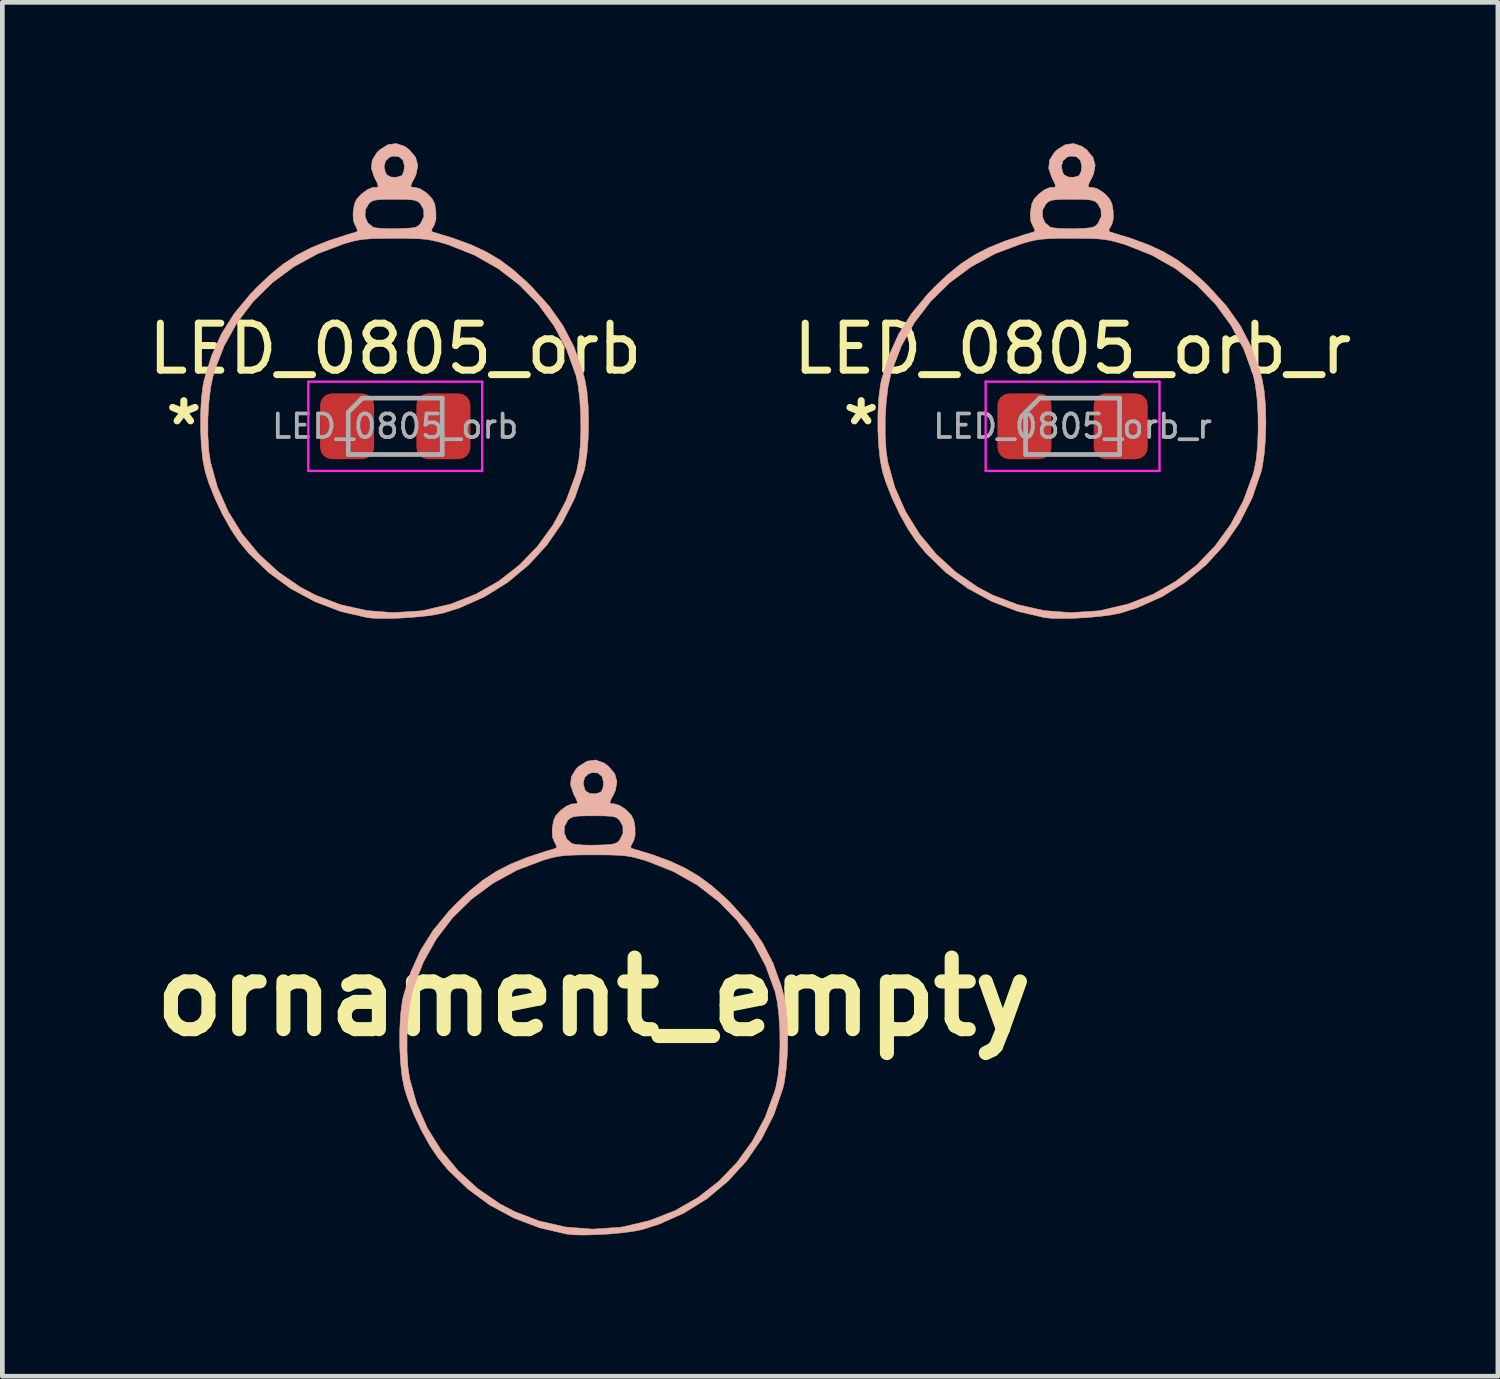
<source format=kicad_pcb>
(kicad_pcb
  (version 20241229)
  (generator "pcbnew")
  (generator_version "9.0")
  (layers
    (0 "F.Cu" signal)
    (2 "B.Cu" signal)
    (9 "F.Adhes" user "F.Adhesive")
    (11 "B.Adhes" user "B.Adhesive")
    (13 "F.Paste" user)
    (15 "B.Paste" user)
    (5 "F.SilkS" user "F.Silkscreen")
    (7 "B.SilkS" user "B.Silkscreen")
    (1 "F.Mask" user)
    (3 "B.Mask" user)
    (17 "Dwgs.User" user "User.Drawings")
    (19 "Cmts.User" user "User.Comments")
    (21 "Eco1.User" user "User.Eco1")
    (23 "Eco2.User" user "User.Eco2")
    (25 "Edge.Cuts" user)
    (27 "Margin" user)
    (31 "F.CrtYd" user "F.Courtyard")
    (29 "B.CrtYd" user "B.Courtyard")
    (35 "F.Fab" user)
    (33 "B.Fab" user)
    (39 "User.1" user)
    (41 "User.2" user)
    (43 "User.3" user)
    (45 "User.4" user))
  (footprint "LED_0805_orb"
    (layer "F.Cu")
    (at 5.363 6.024)
    (property "Reference" "LED_0805_orb" (at 0 -1.65 0) (layer "F.SilkS") (effects (font (size 1 1) (thickness 0.15))))
    (attr smd)
    (fp_poly (pts (xy 0.2 -5.959) (xy 0.3 -5.886) (xy 0.432 -5.728) (xy 0.481 -5.559) (xy 0.448 -5.373) (xy 0.413 -5.296) (xy 0.352 -5.176) (xy 0.332 -5.113) (xy 0.353 -5.089) (xy 0.417 -5.085) (xy 0.43 -5.085) (xy 0.531 -5.055) (xy 0.652 -4.977) (xy 0.69 -4.945) (xy 0.788 -4.84) (xy 0.839 -4.735) (xy 0.864 -4.586) (xy 0.864 -4.586) (xy 0.867 -4.416) (xy 0.835 -4.296) (xy 0.814 -4.259) (xy 0.772 -4.179) (xy 0.785 -4.142) (xy 0.799 -4.137) (xy 1.24 -4.002) (xy 1.615 -3.864) (xy 1.939 -3.713) (xy 2.231 -3.54) (xy 2.507 -3.334) (xy 2.784 -3.087) (xy 2.906 -2.968) (xy 3.276 -2.56) (xy 3.571 -2.141) (xy 3.802 -1.696) (xy 3.979 -1.206) (xy 4.036 -0.994) (xy 4.08 -0.745) (xy 4.106 -0.44) (xy 4.115 -0.102) (xy 4.107 0.244) (xy 4.082 0.571) (xy 4.04 0.854) (xy 4.014 0.969) (xy 3.822 1.527) (xy 3.559 2.048) (xy 3.23 2.524) (xy 2.84 2.95) (xy 2.397 3.319) (xy 1.905 3.626) (xy 1.372 3.864) (xy 1.022 3.975) (xy 0.839 4.012) (xy 0.598 4.044) (xy 0.326 4.069) (xy 0.044 4.086) (xy -0.221 4.092) (xy -0.447 4.087) (xy -0.586 4.074) (xy -1.164 3.94) (xy -1.715 3.73) (xy -2.23 3.451) (xy -2.701 3.107) (xy -3.118 2.703) (xy -3.327 2.45) (xy -3.503 2.188) (xy -3.679 1.872) (xy -3.84 1.532) (xy -3.973 1.197) (xy -4.045 0.969) (xy -4.095 0.715) (xy -4.128 0.405) (xy -4.138 0.195) (xy -3.988 0.195) (xy -3.968 0.523) (xy -3.933 0.761) (xy -3.782 1.301) (xy -3.555 1.814) (xy -3.259 2.291) (xy -2.9 2.724) (xy -2.484 3.104) (xy -2.018 3.424) (xy -1.696 3.594) (xy -1.164 3.797) (xy -0.607 3.922) (xy -0.039 3.966) (xy 0.531 3.929) (xy 0.62 3.915) (xy 1.185 3.782) (xy 1.713 3.574) (xy 2.2 3.297) (xy 2.64 2.955) (xy 3.029 2.552) (xy 3.362 2.094) (xy 3.634 1.585) (xy 3.839 1.03) (xy 3.862 0.947) (xy 3.908 0.711) (xy 3.938 0.415) (xy 3.95 0.085) (xy 3.947 -0.257) (xy 3.927 -0.586) (xy 3.891 -0.877) (xy 3.846 -1.085) (xy 3.647 -1.635) (xy 3.376 -2.143) (xy 3.04 -2.602) (xy 2.643 -3.009) (xy 2.189 -3.358) (xy 1.684 -3.644) (xy 1.133 -3.863) (xy 1.065 -3.884) (xy 0.913 -3.928) (xy 0.782 -3.959) (xy 0.65 -3.98) (xy 0.498 -3.992) (xy 0.306 -3.998) (xy 0.053 -4) (xy -0.015 -4) (xy -0.284 -3.999) (xy -0.488 -3.994) (xy -0.647 -3.983) (xy -0.782 -3.965) (xy -0.912 -3.936) (xy -1.057 -3.895) (xy -1.094 -3.884) (xy -1.648 -3.675) (xy -2.157 -3.397) (xy -2.616 -3.057) (xy -3.02 -2.659) (xy -3.364 -2.21) (xy -3.642 -1.713) (xy -3.85 -1.175) (xy -3.87 -1.106) (xy -3.928 -0.836) (xy -3.967 -0.512) (xy -3.988 -0.159) (xy -3.988 0.195) (xy -4.138 0.195) (xy -4.144 0.064) (xy -4.143 -0.282) (xy -4.125 -0.607) (xy -4.089 -0.887) (xy -4.066 -0.994) (xy -3.908 -1.507) (xy -3.7 -1.968) (xy -3.431 -2.395) (xy -3.093 -2.805) (xy -2.936 -2.968) (xy -2.653 -3.236) (xy -2.378 -3.458) (xy -2.095 -3.643) (xy -1.787 -3.803) (xy -1.435 -3.945) (xy -1.024 -4.08) (xy -0.828 -4.137) (xy -0.8 -4.165) (xy -0.826 -4.231) (xy -0.844 -4.259) (xy -0.89 -4.369) (xy -0.895 -4.463) (xy -0.642 -4.463) (xy -0.586 -4.332) (xy -0.474 -4.24) (xy -0.467 -4.237) (xy -0.386 -4.221) (xy -0.244 -4.21) (xy -0.065 -4.206) (xy 0.042 -4.207) (xy 0.236 -4.214) (xy 0.365 -4.224) (xy 0.446 -4.243) (xy 0.5 -4.275) (xy 0.539 -4.317) (xy 0.609 -4.462) (xy 0.605 -4.613) (xy 0.534 -4.738) (xy 0.488 -4.78) (xy 0.432 -4.806) (xy 0.346 -4.822) (xy 0.214 -4.829) (xy 0.018 -4.831) (xy -0.015 -4.831) (xy -0.221 -4.83) (xy -0.361 -4.823) (xy -0.452 -4.809) (xy -0.511 -4.784) (xy -0.557 -4.745) (xy -0.564 -4.738) (xy -0.636 -4.608) (xy -0.642 -4.463) (xy -0.895 -4.463) (xy -0.899 -4.517) (xy -0.893 -4.586) (xy -0.869 -4.734) (xy -0.818 -4.84) (xy -0.72 -4.944) (xy -0.719 -4.945) (xy -0.599 -5.034) (xy -0.488 -5.082) (xy -0.46 -5.085) (xy -0.389 -5.088) (xy -0.362 -5.108) (xy -0.376 -5.164) (xy -0.431 -5.274) (xy -0.443 -5.296) (xy -0.508 -5.489) (xy -0.504 -5.529) (xy -0.238 -5.529) (xy -0.209 -5.403) (xy -0.175 -5.35) (xy -0.094 -5.307) (xy 0.019 -5.3) (xy 0.121 -5.329) (xy 0.146 -5.347) (xy 0.181 -5.423) (xy 0.197 -5.535) (xy 0.197 -5.539) (xy 0.163 -5.667) (xy 0.075 -5.741) (xy -0.05 -5.751) (xy -0.121 -5.728) (xy -0.207 -5.648) (xy -0.238 -5.529) (xy -0.504 -5.529) (xy -0.491 -5.665) (xy -0.39 -5.827) (xy -0.33 -5.886) (xy -0.155 -5.995) (xy 0.023 -6.019) (xy 0.2 -5.959)) (stroke (width 0.01) (type solid)) (fill yes) (layer "B.SilkS"))
    (fp_line (start -1.85 -0.95) (end 1.85 -0.95) (stroke (width 0.05) (type solid)) (layer "F.CrtYd"))
    (fp_line (start -1.85 0.95) (end -1.85 -0.95) (stroke (width 0.05) (type solid)) (layer "F.CrtYd"))
    (fp_line (start 1.85 -0.95) (end 1.85 0.95) (stroke (width 0.05) (type solid)) (layer "F.CrtYd"))
    (fp_line (start 1.85 0.95) (end -1.85 0.95) (stroke (width 0.05) (type solid)) (layer "F.CrtYd"))
    (fp_line (start -1 -0.3) (end -1 0.6) (stroke (width 0.1) (type solid)) (layer "F.Fab"))
    (fp_line (start -1 0.6) (end 1 0.6) (stroke (width 0.1) (type solid)) (layer "F.Fab"))
    (fp_line (start -0.7 -0.6) (end -1 -0.3) (stroke (width 0.1) (type solid)) (layer "F.Fab"))
    (fp_line (start 1 -0.6) (end -0.7 -0.6) (stroke (width 0.1) (type solid)) (layer "F.Fab"))
    (fp_line (start 1 0.6) (end 1 -0.6) (stroke (width 0.1) (type solid)) (layer "F.Fab"))
    (fp_text user "*" (at -4.5 0 0) (layer "F.SilkS") (effects (font (size 1 1) (thickness 0.15))))
    (fp_text user "${REFERENCE}" (at 0 0 0) (layer "F.Fab") (effects (font (size 0.5 0.5) (thickness 0.08))))
    (pad "" smd circle (at 0 0) (size 7.5 7.5) (layers "*.Mask"))
    (pad "1" smd roundrect (at -1.025 0) (size 1.15 1.4) (layers "F.Cu" "F.Mask" "F.Paste") (roundrect_rratio 0.217))
    (pad "2" smd roundrect (at 1.025 0) (size 1.15 1.4) (layers "F.Cu" "F.Mask" "F.Paste") (roundrect_rratio 0.217)))
  (footprint "LED_0805_orb_r"
    (layer "F.Cu")
    (at 19.78 6.024)
    (property "Reference" "LED_0805_orb_r" (at 0 -1.65 0) (layer "F.SilkS") (effects (font (size 1 1) (thickness 0.15))))
    (attr smd)
    (fp_poly (pts (xy 0.2 -5.959) (xy 0.3 -5.886) (xy 0.432 -5.728) (xy 0.481 -5.559) (xy 0.448 -5.373) (xy 0.413 -5.296) (xy 0.352 -5.176) (xy 0.332 -5.113) (xy 0.353 -5.089) (xy 0.417 -5.085) (xy 0.43 -5.085) (xy 0.531 -5.055) (xy 0.652 -4.977) (xy 0.69 -4.945) (xy 0.788 -4.84) (xy 0.839 -4.735) (xy 0.864 -4.586) (xy 0.864 -4.586) (xy 0.867 -4.416) (xy 0.835 -4.296) (xy 0.814 -4.259) (xy 0.772 -4.179) (xy 0.785 -4.142) (xy 0.799 -4.137) (xy 1.24 -4.002) (xy 1.615 -3.864) (xy 1.939 -3.713) (xy 2.231 -3.54) (xy 2.507 -3.334) (xy 2.784 -3.087) (xy 2.906 -2.968) (xy 3.276 -2.56) (xy 3.571 -2.141) (xy 3.802 -1.696) (xy 3.979 -1.206) (xy 4.036 -0.994) (xy 4.08 -0.745) (xy 4.106 -0.44) (xy 4.115 -0.102) (xy 4.107 0.244) (xy 4.082 0.571) (xy 4.04 0.854) (xy 4.014 0.969) (xy 3.822 1.527) (xy 3.559 2.048) (xy 3.23 2.524) (xy 2.84 2.95) (xy 2.397 3.319) (xy 1.905 3.626) (xy 1.372 3.864) (xy 1.022 3.975) (xy 0.839 4.012) (xy 0.598 4.044) (xy 0.326 4.069) (xy 0.044 4.086) (xy -0.221 4.092) (xy -0.447 4.087) (xy -0.586 4.074) (xy -1.164 3.94) (xy -1.715 3.73) (xy -2.23 3.451) (xy -2.701 3.107) (xy -3.118 2.703) (xy -3.327 2.45) (xy -3.503 2.188) (xy -3.679 1.872) (xy -3.84 1.532) (xy -3.973 1.197) (xy -4.045 0.969) (xy -4.095 0.715) (xy -4.128 0.405) (xy -4.138 0.195) (xy -3.988 0.195) (xy -3.968 0.523) (xy -3.933 0.761) (xy -3.782 1.301) (xy -3.555 1.814) (xy -3.259 2.291) (xy -2.9 2.724) (xy -2.484 3.104) (xy -2.018 3.424) (xy -1.696 3.594) (xy -1.164 3.797) (xy -0.607 3.922) (xy -0.039 3.966) (xy 0.531 3.929) (xy 0.62 3.915) (xy 1.185 3.782) (xy 1.713 3.574) (xy 2.2 3.297) (xy 2.64 2.955) (xy 3.029 2.552) (xy 3.362 2.094) (xy 3.634 1.585) (xy 3.839 1.03) (xy 3.862 0.947) (xy 3.908 0.711) (xy 3.938 0.415) (xy 3.95 0.085) (xy 3.947 -0.257) (xy 3.927 -0.586) (xy 3.891 -0.877) (xy 3.846 -1.085) (xy 3.647 -1.635) (xy 3.376 -2.143) (xy 3.04 -2.602) (xy 2.643 -3.009) (xy 2.189 -3.358) (xy 1.684 -3.644) (xy 1.133 -3.863) (xy 1.065 -3.884) (xy 0.913 -3.928) (xy 0.782 -3.959) (xy 0.65 -3.98) (xy 0.498 -3.992) (xy 0.306 -3.998) (xy 0.053 -4) (xy -0.015 -4) (xy -0.284 -3.999) (xy -0.488 -3.994) (xy -0.647 -3.983) (xy -0.782 -3.965) (xy -0.912 -3.936) (xy -1.057 -3.895) (xy -1.094 -3.884) (xy -1.648 -3.675) (xy -2.157 -3.397) (xy -2.616 -3.057) (xy -3.02 -2.659) (xy -3.364 -2.21) (xy -3.642 -1.713) (xy -3.85 -1.175) (xy -3.87 -1.106) (xy -3.928 -0.836) (xy -3.967 -0.512) (xy -3.988 -0.159) (xy -3.988 0.195) (xy -4.138 0.195) (xy -4.144 0.064) (xy -4.143 -0.282) (xy -4.125 -0.607) (xy -4.089 -0.887) (xy -4.066 -0.994) (xy -3.908 -1.507) (xy -3.7 -1.968) (xy -3.431 -2.395) (xy -3.093 -2.805) (xy -2.936 -2.968) (xy -2.653 -3.236) (xy -2.378 -3.458) (xy -2.095 -3.643) (xy -1.787 -3.803) (xy -1.435 -3.945) (xy -1.024 -4.08) (xy -0.828 -4.137) (xy -0.8 -4.165) (xy -0.826 -4.231) (xy -0.844 -4.259) (xy -0.89 -4.369) (xy -0.895 -4.463) (xy -0.642 -4.463) (xy -0.586 -4.332) (xy -0.474 -4.24) (xy -0.467 -4.237) (xy -0.386 -4.221) (xy -0.244 -4.21) (xy -0.065 -4.206) (xy 0.042 -4.207) (xy 0.236 -4.214) (xy 0.365 -4.224) (xy 0.446 -4.243) (xy 0.5 -4.275) (xy 0.539 -4.317) (xy 0.609 -4.462) (xy 0.605 -4.613) (xy 0.534 -4.738) (xy 0.488 -4.78) (xy 0.432 -4.806) (xy 0.346 -4.822) (xy 0.214 -4.829) (xy 0.018 -4.831) (xy -0.015 -4.831) (xy -0.221 -4.83) (xy -0.361 -4.823) (xy -0.452 -4.809) (xy -0.511 -4.784) (xy -0.557 -4.745) (xy -0.564 -4.738) (xy -0.636 -4.608) (xy -0.642 -4.463) (xy -0.895 -4.463) (xy -0.899 -4.517) (xy -0.893 -4.586) (xy -0.869 -4.734) (xy -0.818 -4.84) (xy -0.72 -4.944) (xy -0.719 -4.945) (xy -0.599 -5.034) (xy -0.488 -5.082) (xy -0.46 -5.085) (xy -0.389 -5.088) (xy -0.362 -5.108) (xy -0.376 -5.164) (xy -0.431 -5.274) (xy -0.443 -5.296) (xy -0.508 -5.489) (xy -0.504 -5.529) (xy -0.238 -5.529) (xy -0.209 -5.403) (xy -0.175 -5.35) (xy -0.094 -5.307) (xy 0.019 -5.3) (xy 0.121 -5.329) (xy 0.146 -5.347) (xy 0.181 -5.423) (xy 0.197 -5.535) (xy 0.197 -5.539) (xy 0.163 -5.667) (xy 0.075 -5.741) (xy -0.05 -5.751) (xy -0.121 -5.728) (xy -0.207 -5.648) (xy -0.238 -5.529) (xy -0.504 -5.529) (xy -0.491 -5.665) (xy -0.39 -5.827) (xy -0.33 -5.886) (xy -0.155 -5.995) (xy 0.023 -6.019) (xy 0.2 -5.959)) (stroke (width 0.01) (type solid)) (fill yes) (layer "B.SilkS"))
    (fp_line (start -1.85 -0.95) (end 1.85 -0.95) (stroke (width 0.05) (type solid)) (layer "F.CrtYd"))
    (fp_line (start -1.85 0.95) (end -1.85 -0.95) (stroke (width 0.05) (type solid)) (layer "F.CrtYd"))
    (fp_line (start 1.85 -0.95) (end 1.85 0.95) (stroke (width 0.05) (type solid)) (layer "F.CrtYd"))
    (fp_line (start 1.85 0.95) (end -1.85 0.95) (stroke (width 0.05) (type solid)) (layer "F.CrtYd"))
    (fp_line (start -1 -0.3) (end -1 0.6) (stroke (width 0.1) (type solid)) (layer "F.Fab"))
    (fp_line (start -1 0.6) (end 1 0.6) (stroke (width 0.1) (type solid)) (layer "F.Fab"))
    (fp_line (start -0.7 -0.6) (end -1 -0.3) (stroke (width 0.1) (type solid)) (layer "F.Fab"))
    (fp_line (start 1 -0.6) (end -0.7 -0.6) (stroke (width 0.1) (type solid)) (layer "F.Fab"))
    (fp_line (start 1 0.6) (end 1 -0.6) (stroke (width 0.1) (type solid)) (layer "F.Fab"))
    (fp_text user "*" (at -4.5 0 0) (layer "F.SilkS") (effects (font (size 1 1) (thickness 0.15))))
    (fp_text user "${REFERENCE}" (at 0 0 0) (layer "F.Fab") (effects (font (size 0.5 0.5) (thickness 0.08))))
    (pad "" smd circle (at 0 0) (size 7.5 7.5) (layers "*.Mask"))
    (pad "1" smd roundrect (at 1.025 0) (size 1.15 1.4) (layers "F.Cu" "F.Mask" "F.Paste") (roundrect_rratio 0.217))
    (pad "2" smd roundrect (at -1.025 0) (size 1.15 1.4) (layers "F.Cu" "F.Mask" "F.Paste") (roundrect_rratio 0.217)))
  (footprint "ornament_empty"
    (layer "F.Cu")
    (at 9.587 18.167)
    (property "Reference" "ornament_empty" (at 0 0 0) (layer "F.SilkS") (effects (font (size 1.524 1.524) (thickness 0.3))))
    (attr through_hole)
    (fp_poly (pts (xy 0.215 -4.98) (xy 0.315 -4.907) (xy 0.447 -4.75) (xy 0.496 -4.58) (xy 0.463 -4.394) (xy 0.428 -4.317) (xy 0.367 -4.198) (xy 0.346 -4.135) (xy 0.368 -4.11) (xy 0.432 -4.106) (xy 0.445 -4.106) (xy 0.546 -4.076) (xy 0.666 -3.999) (xy 0.705 -3.966) (xy 0.803 -3.862) (xy 0.854 -3.756) (xy 0.879 -3.608) (xy 0.879 -3.607) (xy 0.882 -3.438) (xy 0.85 -3.318) (xy 0.829 -3.281) (xy 0.787 -3.2) (xy 0.8 -3.163) (xy 0.813 -3.158) (xy 1.255 -3.024) (xy 1.63 -2.886) (xy 1.954 -2.735) (xy 2.246 -2.561) (xy 2.522 -2.356) (xy 2.799 -2.109) (xy 2.921 -1.99) (xy 3.29 -1.581) (xy 3.586 -1.163) (xy 3.817 -0.717) (xy 3.993 -0.227) (xy 4.051 -0.015) (xy 4.095 0.233) (xy 4.121 0.539) (xy 4.13 0.877) (xy 4.122 1.222) (xy 4.096 1.549) (xy 4.055 1.833) (xy 4.028 1.947) (xy 3.837 2.506) (xy 3.574 3.026) (xy 3.244 3.503) (xy 2.855 3.928) (xy 2.412 4.297) (xy 1.92 4.604) (xy 1.386 4.843) (xy 1.037 4.953) (xy 0.854 4.991) (xy 0.613 5.023) (xy 0.34 5.048) (xy 0.059 5.064) (xy -0.207 5.071) (xy -0.433 5.066) (xy -0.572 5.052) (xy -1.149 4.918) (xy -1.7 4.709) (xy -2.216 4.43) (xy -2.686 4.085) (xy -3.103 3.682) (xy -3.312 3.429) (xy -3.488 3.167) (xy -3.664 2.851) (xy -3.826 2.511) (xy -3.958 2.176) (xy -4.03 1.947) (xy -4.08 1.693) (xy -4.113 1.384) (xy -4.123 1.174) (xy -3.973 1.174) (xy -3.953 1.502) (xy -3.918 1.74) (xy -3.767 2.28) (xy -3.541 2.793) (xy -3.244 3.269) (xy -2.885 3.702) (xy -2.469 4.083) (xy -2.003 4.403) (xy -1.682 4.572) (xy -1.149 4.776) (xy -0.592 4.901) (xy -0.024 4.945) (xy 0.545 4.907) (xy 0.635 4.894) (xy 1.199 4.76) (xy 1.728 4.553) (xy 2.215 4.275) (xy 2.655 3.933) (xy 3.044 3.531) (xy 3.377 3.073) (xy 3.649 2.564) (xy 3.854 2.008) (xy 3.877 1.926) (xy 3.923 1.69) (xy 3.952 1.394) (xy 3.965 1.063) (xy 3.962 0.722) (xy 3.942 0.393) (xy 3.906 0.101) (xy 3.861 -0.106) (xy 3.661 -0.656) (xy 3.391 -1.164) (xy 3.055 -1.623) (xy 2.658 -2.03) (xy 2.204 -2.379) (xy 1.699 -2.665) (xy 1.148 -2.884) (xy 1.079 -2.906) (xy 0.928 -2.949) (xy 0.796 -2.981) (xy 0.665 -3.001) (xy 0.513 -3.013) (xy 0.32 -3.019) (xy 0.068 -3.021) (xy 0 -3.021) (xy -0.269 -3.02) (xy -0.473 -3.015) (xy -0.632 -3.005) (xy -0.767 -2.986) (xy -0.897 -2.958) (xy -1.042 -2.917) (xy -1.079 -2.906) (xy -1.633 -2.696) (xy -2.142 -2.418) (xy -2.601 -2.078) (xy -3.005 -1.681) (xy -3.349 -1.231) (xy -3.627 -0.734) (xy -3.835 -0.196) (xy -3.855 -0.127) (xy -3.913 0.142) (xy -3.952 0.467) (xy -3.973 0.82) (xy -3.973 1.174) (xy -4.123 1.174) (xy -4.129 1.043) (xy -4.128 0.697) (xy -4.11 0.371) (xy -4.074 0.091) (xy -4.051 -0.015) (xy -3.893 -0.528) (xy -3.685 -0.989) (xy -3.417 -1.416) (xy -3.078 -1.827) (xy -2.921 -1.99) (xy -2.638 -2.257) (xy -2.363 -2.479) (xy -2.08 -2.665) (xy -1.772 -2.824) (xy -1.421 -2.966) (xy -1.009 -3.101) (xy -0.813 -3.158) (xy -0.785 -3.186) (xy -0.811 -3.252) (xy -0.829 -3.281) (xy -0.875 -3.39) (xy -0.88 -3.484) (xy -0.627 -3.484) (xy -0.571 -3.353) (xy -0.459 -3.261) (xy -0.452 -3.258) (xy -0.371 -3.242) (xy -0.229 -3.231) (xy -0.05 -3.227) (xy 0.057 -3.229) (xy 0.251 -3.235) (xy 0.379 -3.245) (xy 0.461 -3.265) (xy 0.515 -3.296) (xy 0.554 -3.338) (xy 0.624 -3.483) (xy 0.62 -3.634) (xy 0.549 -3.76) (xy 0.503 -3.801) (xy 0.447 -3.828) (xy 0.361 -3.843) (xy 0.229 -3.85) (xy 0.033 -3.852) (xy 0 -3.852) (xy -0.207 -3.851) (xy -0.346 -3.845) (xy -0.437 -3.83) (xy -0.497 -3.805) (xy -0.542 -3.766) (xy -0.549 -3.76) (xy -0.621 -3.629) (xy -0.627 -3.484) (xy -0.88 -3.484) (xy -0.884 -3.538) (xy -0.879 -3.607) (xy -0.854 -3.756) (xy -0.803 -3.861) (xy -0.705 -3.966) (xy -0.705 -3.966) (xy -0.584 -4.056) (xy -0.474 -4.103) (xy -0.445 -4.106) (xy -0.374 -4.109) (xy -0.347 -4.129) (xy -0.361 -4.185) (xy -0.416 -4.295) (xy -0.428 -4.317) (xy -0.493 -4.511) (xy -0.489 -4.551) (xy -0.223 -4.551) (xy -0.194 -4.424) (xy -0.16 -4.371) (xy -0.079 -4.328) (xy 0.034 -4.321) (xy 0.136 -4.35) (xy 0.161 -4.369) (xy 0.196 -4.444) (xy 0.212 -4.556) (xy 0.212 -4.56) (xy 0.178 -4.689) (xy 0.09 -4.763) (xy -0.035 -4.772) (xy -0.106 -4.749) (xy -0.192 -4.669) (xy -0.223 -4.551) (xy -0.489 -4.551) (xy -0.476 -4.686) (xy -0.376 -4.848) (xy -0.315 -4.907) (xy -0.14 -5.016) (xy 0.038 -5.041) (xy 0.215 -4.98)) (stroke (width 0.01) (type solid)) (fill yes) (layer "B.SilkS")))
  (gr_rect
    (start -3 -3)
    (end 28.833 26.243)
    (stroke (width 0.1) (type default))
    (fill no)
    (layer "Edge.Cuts")))
</source>
